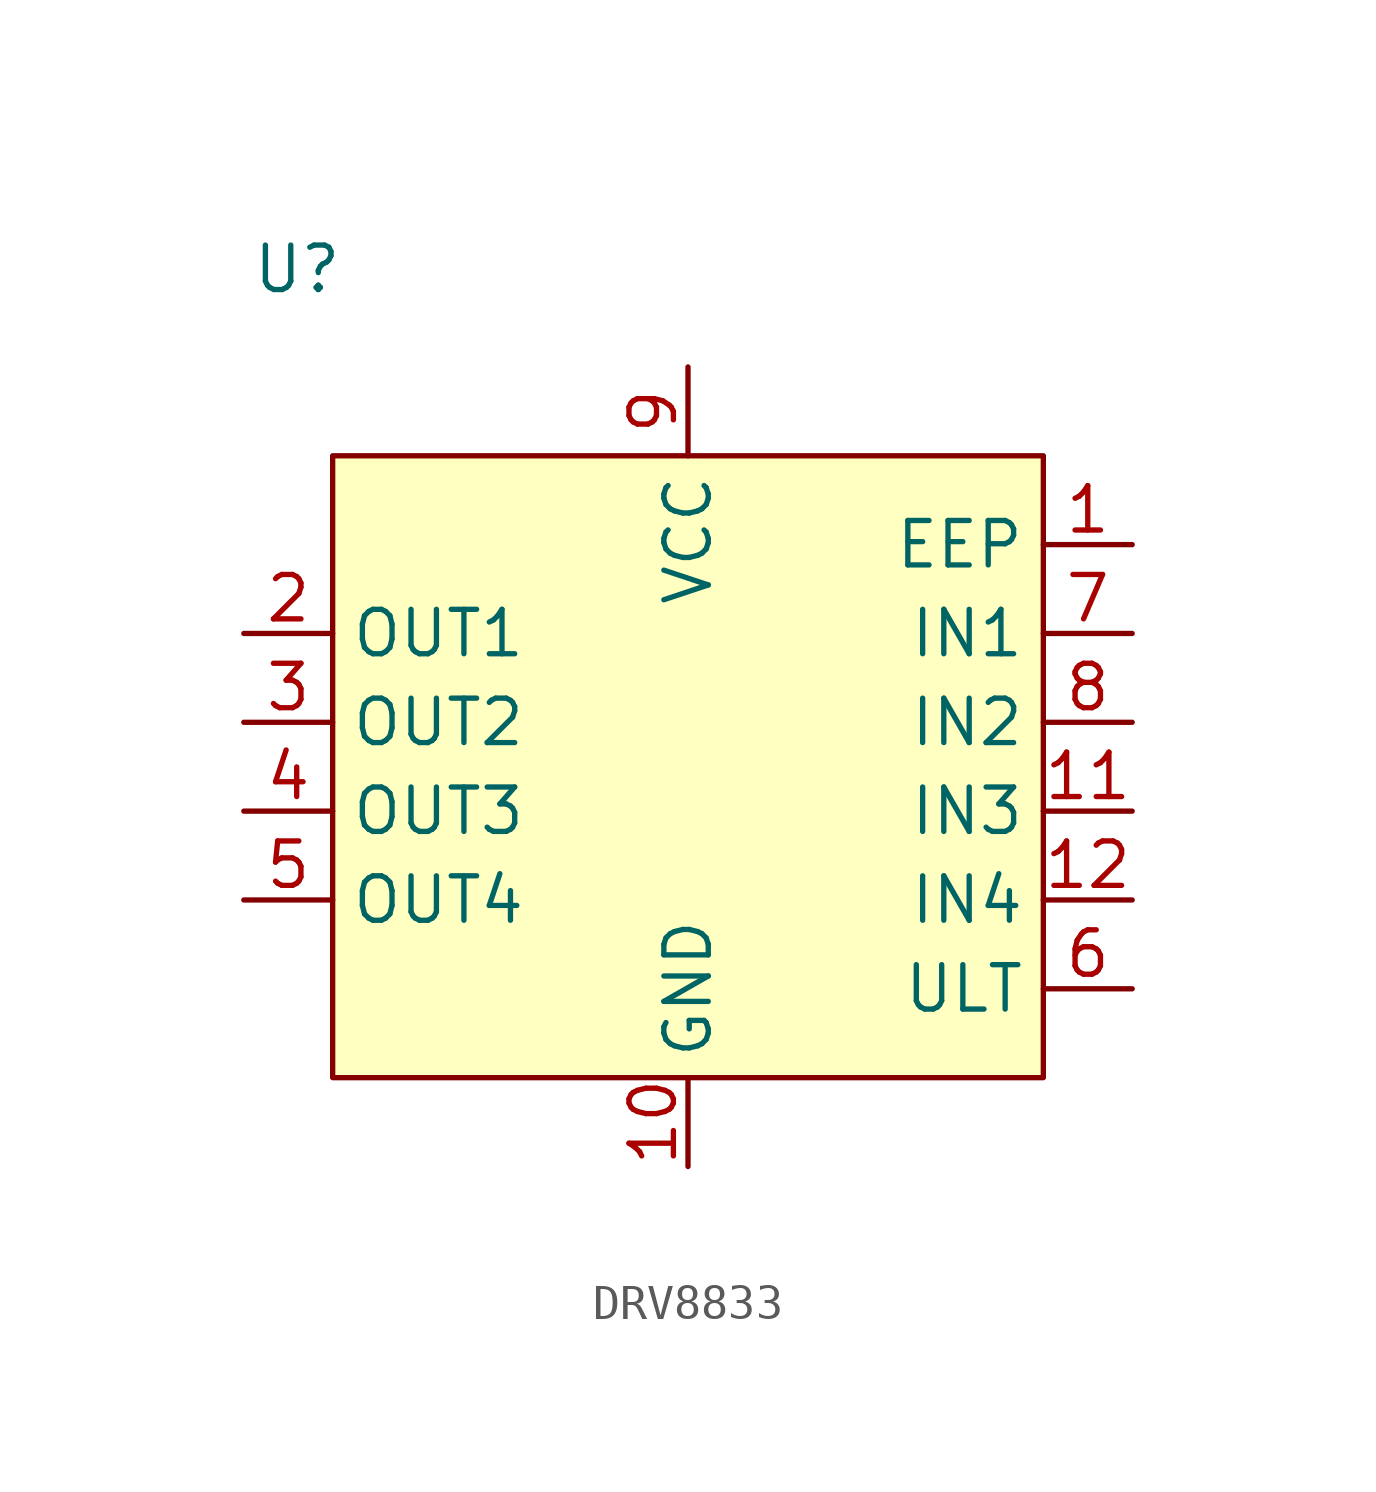
<source format=kicad_sym>
(kicad_symbol_lib
  (version 20241209)
  (generator "kicad_symbol_editor")
  (generator_version "9.0")
  (symbol "DRV8833"
    (property "Reference" "U"
      (at -11.176 14.224 0)
      (effects (font (size 1.27 1.27))))
    (property "Value" ""
      (at 0 0 0)
      (effects (font (size 1.27 1.27))))
    (symbol "DRV8833_1_1"
      (rectangle (start -10.16 8.89) (end 10.16 -8.89) (stroke (width 0) (type solid)) (fill (type background)))
      (pin input line (at -12.7 3.81 0) (length 2.54) (name "OUT1" (effects (font (size 1.27 1.27)))) (number "2" (effects (font (size 1.27 1.27)))))
      (pin input line (at -12.7 1.27 0) (length 2.54) (name "OUT2" (effects (font (size 1.27 1.27)))) (number "3" (effects (font (size 1.27 1.27)))))
      (pin input line (at -12.7 -1.27 0) (length 2.54) (name "OUT3" (effects (font (size 1.27 1.27)))) (number "4" (effects (font (size 1.27 1.27)))))
      (pin input line (at -12.7 -3.81 0) (length 2.54) (name "OUT4" (effects (font (size 1.27 1.27)))) (number "5" (effects (font (size 1.27 1.27)))))
      (pin input line (at 0 11.43 270) (length 2.54) (name "VCC" (effects (font (size 1.27 1.27)))) (number "9" (effects (font (size 1.27 1.27)))))
      (pin input line (at 0 -11.43 90) (length 2.54) (name "GND" (effects (font (size 1.27 1.27)))) (number "10" (effects (font (size 1.27 1.27)))))
      (pin input line (at 12.7 6.35 180) (length 2.54) (name "EEP" (effects (font (size 1.27 1.27)))) (number "1" (effects (font (size 1.27 1.27)))))
      (pin input line (at 12.7 3.81 180) (length 2.54) (name "IN1" (effects (font (size 1.27 1.27)))) (number "7" (effects (font (size 1.27 1.27)))))
      (pin input line (at 12.7 1.27 180) (length 2.54) (name "IN2" (effects (font (size 1.27 1.27)))) (number "8" (effects (font (size 1.27 1.27)))))
      (pin input line (at 12.7 -1.27 180) (length 2.54) (name "IN3" (effects (font (size 1.27 1.27)))) (number "11" (effects (font (size 1.27 1.27)))))
      (pin input line (at 12.7 -3.81 180) (length 2.54) (name "IN4" (effects (font (size 1.27 1.27)))) (number "12" (effects (font (size 1.27 1.27)))))
      (pin input line (at 12.7 -6.35 180) (length 2.54) (name "ULT" (effects (font (size 1.27 1.27)))) (number "6" (effects (font (size 1.27 1.27))))))))
</source>
